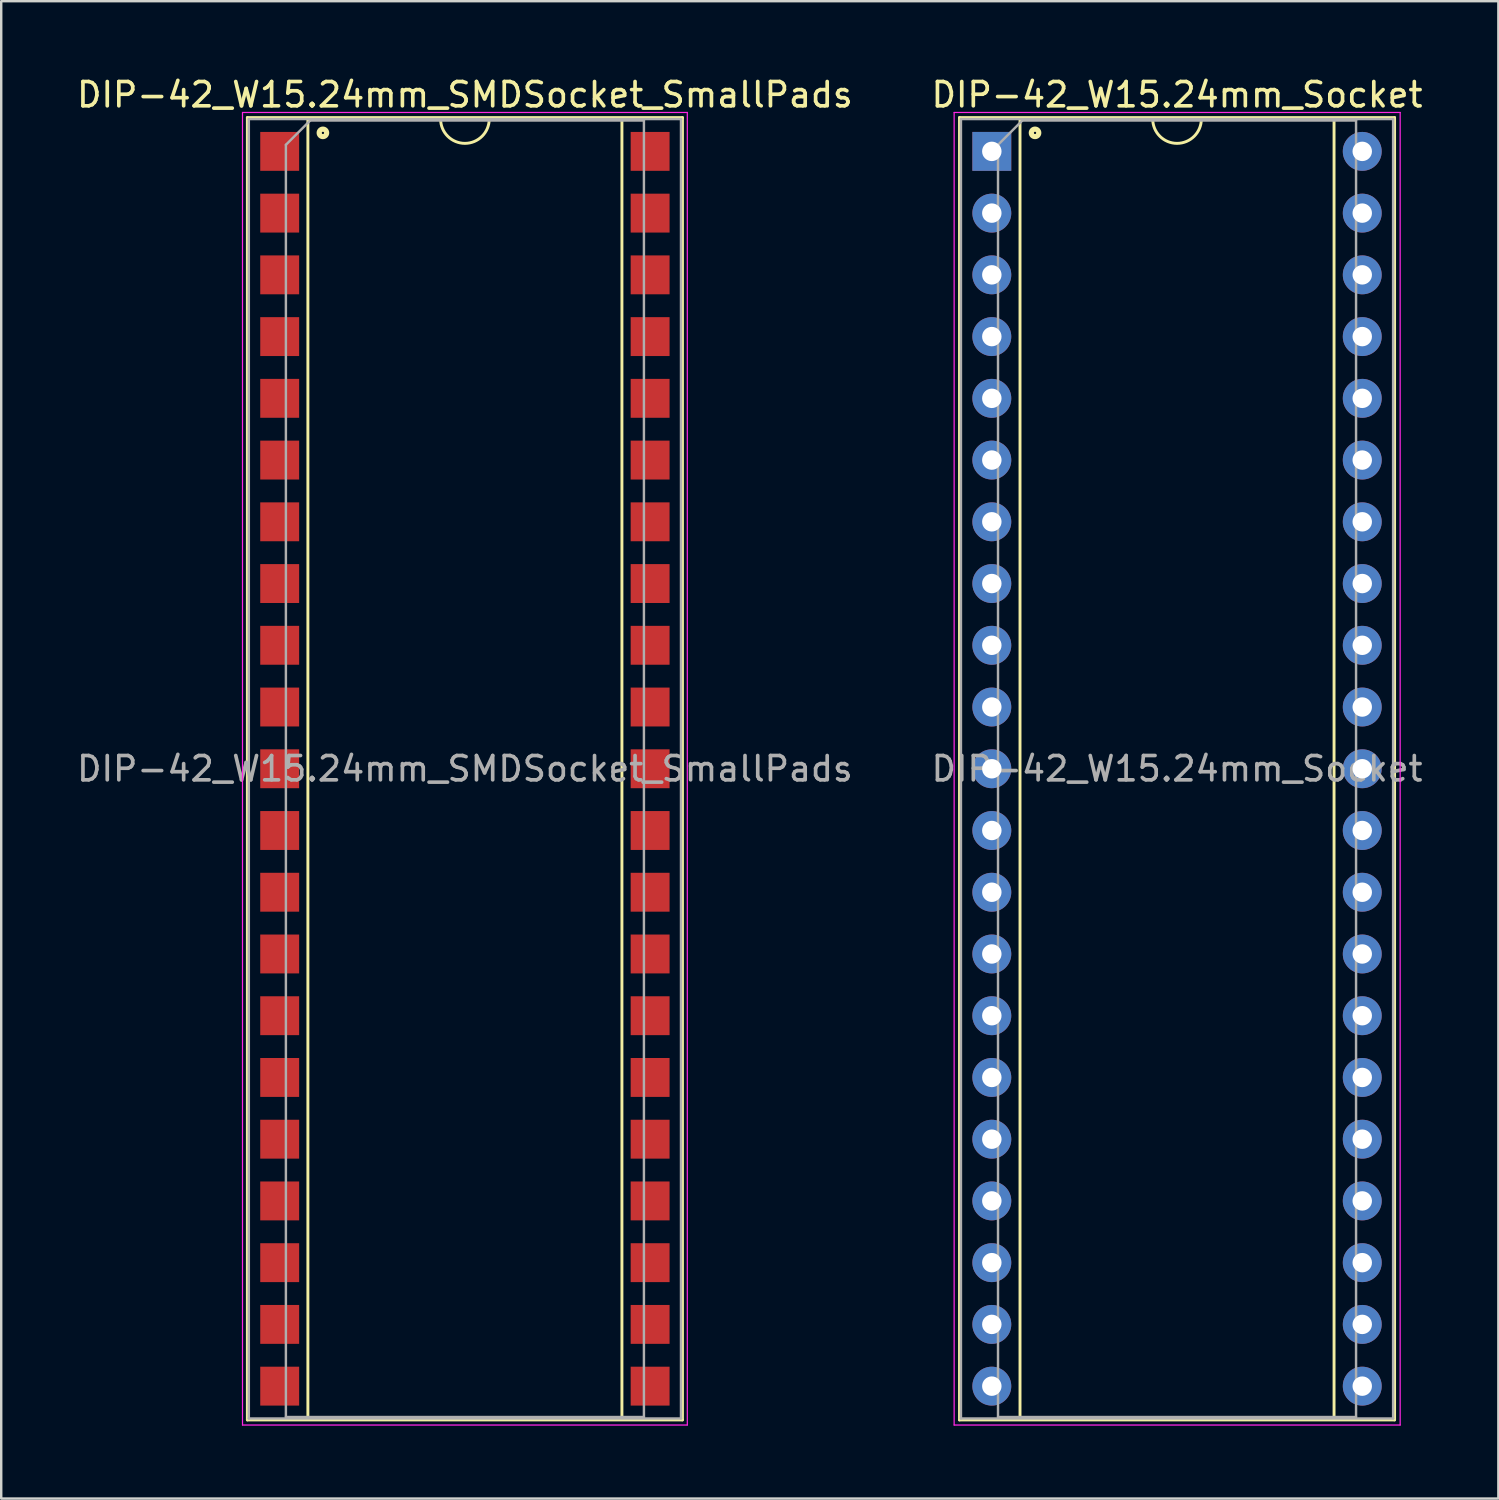
<source format=kicad_pcb>
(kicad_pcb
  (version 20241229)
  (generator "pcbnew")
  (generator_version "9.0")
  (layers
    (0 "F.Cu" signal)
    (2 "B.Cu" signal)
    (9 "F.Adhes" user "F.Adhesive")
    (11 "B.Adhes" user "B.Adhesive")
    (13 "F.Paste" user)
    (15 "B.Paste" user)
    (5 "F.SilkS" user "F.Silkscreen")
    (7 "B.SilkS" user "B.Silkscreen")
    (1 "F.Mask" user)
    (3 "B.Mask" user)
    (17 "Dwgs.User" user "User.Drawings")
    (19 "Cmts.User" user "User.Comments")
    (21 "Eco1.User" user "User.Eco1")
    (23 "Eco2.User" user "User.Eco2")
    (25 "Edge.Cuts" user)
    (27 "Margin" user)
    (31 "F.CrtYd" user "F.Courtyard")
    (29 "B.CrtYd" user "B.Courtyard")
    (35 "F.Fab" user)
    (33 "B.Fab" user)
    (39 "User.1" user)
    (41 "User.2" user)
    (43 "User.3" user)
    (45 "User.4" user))
  (footprint "DIP-42_W15.24mm_Socket"
    (layer "F.Cu")
    (at 37.755 3.178)
    (property "Reference" "DIP-42_W15.24mm_Socket" (at 7.62 -2.33 0) (layer "F.SilkS") (effects (font (size 1 1) (thickness 0.15))))
    (attr through_hole)
    (fp_line (start -1.33 -1.39) (end -1.33 52.19) (stroke (width 0.12) (type solid)) (layer "F.SilkS"))
    (fp_line (start -1.33 52.19) (end 16.57 52.19) (stroke (width 0.12) (type solid)) (layer "F.SilkS"))
    (fp_line (start 1.16 -1.33) (end 1.16 52.13) (stroke (width 0.12) (type solid)) (layer "F.SilkS"))
    (fp_line (start 1.16 52.13) (end 14.08 52.13) (stroke (width 0.12) (type solid)) (layer "F.SilkS"))
    (fp_line (start 6.62 -1.33) (end 1.16 -1.33) (stroke (width 0.12) (type solid)) (layer "F.SilkS"))
    (fp_line (start 14.08 -1.33) (end 8.62 -1.33) (stroke (width 0.12) (type solid)) (layer "F.SilkS"))
    (fp_line (start 14.08 52.13) (end 14.08 -1.33) (stroke (width 0.12) (type solid)) (layer "F.SilkS"))
    (fp_line (start 16.57 -1.39) (end -1.33 -1.39) (stroke (width 0.12) (type solid)) (layer "F.SilkS"))
    (fp_line (start 16.57 52.19) (end 16.57 -1.39) (stroke (width 0.12) (type solid)) (layer "F.SilkS"))
    (fp_arc (start 8.62 -1.33) (mid 7.62 -0.33) (end 6.62 -1.33) (stroke (width 0.12) (type solid)) (layer "F.SilkS"))
    (fp_circle (center 1.778 -0.762) (end 1.828 -0.762) (stroke (width 0.12) (type solid)) (fill no) (layer "F.SilkS"))
    (fp_circle (center 1.778 -0.762) (end 1.903 -0.762) (stroke (width 0.12) (type solid)) (fill no) (layer "F.SilkS"))
    (fp_circle (center 1.778 -0.762) (end 1.978 -0.762) (stroke (width 0.12) (type solid)) (fill no) (layer "F.SilkS"))
    (fp_line (start -1.55 -1.6) (end -1.55 52.4) (stroke (width 0.05) (type solid)) (layer "F.CrtYd"))
    (fp_line (start -1.55 52.4) (end 16.8 52.4) (stroke (width 0.05) (type solid)) (layer "F.CrtYd"))
    (fp_line (start 16.8 -1.6) (end -1.55 -1.6) (stroke (width 0.05) (type solid)) (layer "F.CrtYd"))
    (fp_line (start 16.8 52.4) (end 16.8 -1.6) (stroke (width 0.05) (type solid)) (layer "F.CrtYd"))
    (fp_line (start -1.27 -1.33) (end -1.27 52.13) (stroke (width 0.1) (type solid)) (layer "F.Fab"))
    (fp_line (start -1.27 52.13) (end 16.51 52.13) (stroke (width 0.1) (type solid)) (layer "F.Fab"))
    (fp_line (start 0.255 -0.27) (end 1.255 -1.27) (stroke (width 0.1) (type solid)) (layer "F.Fab"))
    (fp_line (start 0.255 52.07) (end 0.255 -0.27) (stroke (width 0.1) (type solid)) (layer "F.Fab"))
    (fp_line (start 1.255 -1.27) (end 14.985 -1.27) (stroke (width 0.1) (type solid)) (layer "F.Fab"))
    (fp_line (start 14.985 -1.27) (end 14.985 52.07) (stroke (width 0.1) (type solid)) (layer "F.Fab"))
    (fp_line (start 14.985 52.07) (end 0.255 52.07) (stroke (width 0.1) (type solid)) (layer "F.Fab"))
    (fp_line (start 16.51 -1.33) (end -1.27 -1.33) (stroke (width 0.1) (type solid)) (layer "F.Fab"))
    (fp_line (start 16.51 52.13) (end 16.51 -1.33) (stroke (width 0.1) (type solid)) (layer "F.Fab"))
    (fp_text user "${REFERENCE}" (at 7.62 25.4 0) (layer "F.Fab") (effects (font (size 1 1) (thickness 0.15))))
    (pad "1" thru_hole rect (at 0 0) (size 1.6 1.6) (drill 0.8) (layers "*.Cu" "*.Mask"))
    (pad "2" thru_hole oval (at 0 2.54) (size 1.6 1.6) (drill 0.8) (layers "*.Cu" "*.Mask"))
    (pad "3" thru_hole oval (at 0 5.08) (size 1.6 1.6) (drill 0.8) (layers "*.Cu" "*.Mask"))
    (pad "4" thru_hole oval (at 0 7.62) (size 1.6 1.6) (drill 0.8) (layers "*.Cu" "*.Mask"))
    (pad "5" thru_hole oval (at 0 10.16) (size 1.6 1.6) (drill 0.8) (layers "*.Cu" "*.Mask"))
    (pad "6" thru_hole oval (at 0 12.7) (size 1.6 1.6) (drill 0.8) (layers "*.Cu" "*.Mask"))
    (pad "7" thru_hole oval (at 0 15.24) (size 1.6 1.6) (drill 0.8) (layers "*.Cu" "*.Mask"))
    (pad "8" thru_hole oval (at 0 17.78) (size 1.6 1.6) (drill 0.8) (layers "*.Cu" "*.Mask"))
    (pad "9" thru_hole oval (at 0 20.32) (size 1.6 1.6) (drill 0.8) (layers "*.Cu" "*.Mask"))
    (pad "10" thru_hole oval (at 0 22.86) (size 1.6 1.6) (drill 0.8) (layers "*.Cu" "*.Mask"))
    (pad "11" thru_hole oval (at 0 25.4) (size 1.6 1.6) (drill 0.8) (layers "*.Cu" "*.Mask"))
    (pad "12" thru_hole oval (at 0 27.94) (size 1.6 1.6) (drill 0.8) (layers "*.Cu" "*.Mask"))
    (pad "13" thru_hole oval (at 0 30.48) (size 1.6 1.6) (drill 0.8) (layers "*.Cu" "*.Mask"))
    (pad "14" thru_hole oval (at 0 33.02) (size 1.6 1.6) (drill 0.8) (layers "*.Cu" "*.Mask"))
    (pad "15" thru_hole oval (at 0 35.56) (size 1.6 1.6) (drill 0.8) (layers "*.Cu" "*.Mask"))
    (pad "16" thru_hole oval (at 0 38.1) (size 1.6 1.6) (drill 0.8) (layers "*.Cu" "*.Mask"))
    (pad "17" thru_hole oval (at 0 40.64) (size 1.6 1.6) (drill 0.8) (layers "*.Cu" "*.Mask"))
    (pad "18" thru_hole oval (at 0 43.18) (size 1.6 1.6) (drill 0.8) (layers "*.Cu" "*.Mask"))
    (pad "19" thru_hole oval (at 0 45.72) (size 1.6 1.6) (drill 0.8) (layers "*.Cu" "*.Mask"))
    (pad "20" thru_hole oval (at 0 48.26) (size 1.6 1.6) (drill 0.8) (layers "*.Cu" "*.Mask"))
    (pad "21" thru_hole oval (at 0 50.8) (size 1.6 1.6) (drill 0.8) (layers "*.Cu" "*.Mask"))
    (pad "22" thru_hole oval (at 15.24 50.8) (size 1.6 1.6) (drill 0.8) (layers "*.Cu" "*.Mask"))
    (pad "23" thru_hole oval (at 15.24 48.26) (size 1.6 1.6) (drill 0.8) (layers "*.Cu" "*.Mask"))
    (pad "24" thru_hole oval (at 15.24 45.72) (size 1.6 1.6) (drill 0.8) (layers "*.Cu" "*.Mask"))
    (pad "25" thru_hole oval (at 15.24 43.18) (size 1.6 1.6) (drill 0.8) (layers "*.Cu" "*.Mask"))
    (pad "26" thru_hole oval (at 15.24 40.64) (size 1.6 1.6) (drill 0.8) (layers "*.Cu" "*.Mask"))
    (pad "27" thru_hole oval (at 15.24 38.1) (size 1.6 1.6) (drill 0.8) (layers "*.Cu" "*.Mask"))
    (pad "28" thru_hole oval (at 15.24 35.56) (size 1.6 1.6) (drill 0.8) (layers "*.Cu" "*.Mask"))
    (pad "29" thru_hole oval (at 15.24 33.02) (size 1.6 1.6) (drill 0.8) (layers "*.Cu" "*.Mask"))
    (pad "30" thru_hole oval (at 15.24 30.48) (size 1.6 1.6) (drill 0.8) (layers "*.Cu" "*.Mask"))
    (pad "31" thru_hole oval (at 15.24 27.94) (size 1.6 1.6) (drill 0.8) (layers "*.Cu" "*.Mask"))
    (pad "32" thru_hole oval (at 15.24 25.4) (size 1.6 1.6) (drill 0.8) (layers "*.Cu" "*.Mask"))
    (pad "33" thru_hole oval (at 15.24 22.86) (size 1.6 1.6) (drill 0.8) (layers "*.Cu" "*.Mask"))
    (pad "34" thru_hole oval (at 15.24 20.32) (size 1.6 1.6) (drill 0.8) (layers "*.Cu" "*.Mask"))
    (pad "35" thru_hole oval (at 15.24 17.78) (size 1.6 1.6) (drill 0.8) (layers "*.Cu" "*.Mask"))
    (pad "36" thru_hole oval (at 15.24 15.24) (size 1.6 1.6) (drill 0.8) (layers "*.Cu" "*.Mask"))
    (pad "37" thru_hole oval (at 15.24 12.7) (size 1.6 1.6) (drill 0.8) (layers "*.Cu" "*.Mask"))
    (pad "38" thru_hole oval (at 15.24 10.16) (size 1.6 1.6) (drill 0.8) (layers "*.Cu" "*.Mask"))
    (pad "39" thru_hole oval (at 15.24 7.62) (size 1.6 1.6) (drill 0.8) (layers "*.Cu" "*.Mask"))
    (pad "40" thru_hole oval (at 15.24 5.08) (size 1.6 1.6) (drill 0.8) (layers "*.Cu" "*.Mask"))
    (pad "41" thru_hole oval (at 15.24 2.54) (size 1.6 1.6) (drill 0.8) (layers "*.Cu" "*.Mask"))
    (pad "42" thru_hole oval (at 15.24 0) (size 1.6 1.6) (drill 0.8) (layers "*.Cu" "*.Mask")))
  (footprint "DIP-42_W15.24mm_SMDSocket_SmallPads"
    (layer "F.Cu")
    (at 16.077 28.578)
    (property "Reference" "DIP-42_W15.24mm_SMDSocket_SmallPads" (at 0 -27.73 0) (layer "F.SilkS") (effects (font (size 1 1) (thickness 0.15))))
    (attr smd)
    (fp_line (start -8.95 -26.79) (end -8.95 26.79) (stroke (width 0.12) (type solid)) (layer "F.SilkS"))
    (fp_line (start -8.95 26.79) (end 8.95 26.79) (stroke (width 0.12) (type solid)) (layer "F.SilkS"))
    (fp_line (start -6.46 -26.73) (end -6.46 26.73) (stroke (width 0.12) (type solid)) (layer "F.SilkS"))
    (fp_line (start -6.46 26.73) (end 6.46 26.73) (stroke (width 0.12) (type solid)) (layer "F.SilkS"))
    (fp_line (start -1 -26.73) (end -6.46 -26.73) (stroke (width 0.12) (type solid)) (layer "F.SilkS"))
    (fp_line (start 6.46 -26.73) (end 1 -26.73) (stroke (width 0.12) (type solid)) (layer "F.SilkS"))
    (fp_line (start 6.46 26.73) (end 6.46 -26.73) (stroke (width 0.12) (type solid)) (layer "F.SilkS"))
    (fp_line (start 8.95 -26.79) (end -8.95 -26.79) (stroke (width 0.12) (type solid)) (layer "F.SilkS"))
    (fp_line (start 8.95 26.79) (end 8.95 -26.79) (stroke (width 0.12) (type solid)) (layer "F.SilkS"))
    (fp_arc (start 1 -26.73) (mid 0 -25.73) (end -1 -26.73) (stroke (width 0.12) (type solid)) (layer "F.SilkS"))
    (fp_circle (center -5.842 -26.162) (end -5.792 -26.162) (stroke (width 0.12) (type solid)) (fill no) (layer "F.SilkS"))
    (fp_circle (center -5.842 -26.162) (end -5.717 -26.162) (stroke (width 0.12) (type solid)) (fill no) (layer "F.SilkS"))
    (fp_circle (center -5.842 -26.162) (end -5.642 -26.162) (stroke (width 0.12) (type solid)) (fill no) (layer "F.SilkS"))
    (fp_line (start -9.15 -27) (end -9.15 27) (stroke (width 0.05) (type solid)) (layer "F.CrtYd"))
    (fp_line (start -9.15 27) (end 9.15 27) (stroke (width 0.05) (type solid)) (layer "F.CrtYd"))
    (fp_line (start 9.15 -27) (end -9.15 -27) (stroke (width 0.05) (type solid)) (layer "F.CrtYd"))
    (fp_line (start 9.15 27) (end 9.15 -27) (stroke (width 0.05) (type solid)) (layer "F.CrtYd"))
    (fp_line (start -8.89 -26.73) (end -8.89 26.73) (stroke (width 0.1) (type solid)) (layer "F.Fab"))
    (fp_line (start -8.89 26.73) (end 8.89 26.73) (stroke (width 0.1) (type solid)) (layer "F.Fab"))
    (fp_line (start -7.365 -25.67) (end -6.365 -26.67) (stroke (width 0.1) (type solid)) (layer "F.Fab"))
    (fp_line (start -7.365 26.67) (end -7.365 -25.67) (stroke (width 0.1) (type solid)) (layer "F.Fab"))
    (fp_line (start -6.365 -26.67) (end 7.365 -26.67) (stroke (width 0.1) (type solid)) (layer "F.Fab"))
    (fp_line (start 7.365 -26.67) (end 7.365 26.67) (stroke (width 0.1) (type solid)) (layer "F.Fab"))
    (fp_line (start 7.365 26.67) (end -7.365 26.67) (stroke (width 0.1) (type solid)) (layer "F.Fab"))
    (fp_line (start 8.89 -26.73) (end -8.89 -26.73) (stroke (width 0.1) (type solid)) (layer "F.Fab"))
    (fp_line (start 8.89 26.73) (end 8.89 -26.73) (stroke (width 0.1) (type solid)) (layer "F.Fab"))
    (fp_text user "${REFERENCE}" (at 0 0 0) (layer "F.Fab") (effects (font (size 1 1) (thickness 0.15))))
    (pad "1" smd rect (at -7.62 -25.4) (size 1.6 1.6) (layers "F.Cu" "F.Mask" "F.Paste"))
    (pad "2" smd rect (at -7.62 -22.86) (size 1.6 1.6) (layers "F.Cu" "F.Mask" "F.Paste"))
    (pad "3" smd rect (at -7.62 -20.32) (size 1.6 1.6) (layers "F.Cu" "F.Mask" "F.Paste"))
    (pad "4" smd rect (at -7.62 -17.78) (size 1.6 1.6) (layers "F.Cu" "F.Mask" "F.Paste"))
    (pad "5" smd rect (at -7.62 -15.24) (size 1.6 1.6) (layers "F.Cu" "F.Mask" "F.Paste"))
    (pad "6" smd rect (at -7.62 -12.7) (size 1.6 1.6) (layers "F.Cu" "F.Mask" "F.Paste"))
    (pad "7" smd rect (at -7.62 -10.16) (size 1.6 1.6) (layers "F.Cu" "F.Mask" "F.Paste"))
    (pad "8" smd rect (at -7.62 -7.62) (size 1.6 1.6) (layers "F.Cu" "F.Mask" "F.Paste"))
    (pad "9" smd rect (at -7.62 -5.08) (size 1.6 1.6) (layers "F.Cu" "F.Mask" "F.Paste"))
    (pad "10" smd rect (at -7.62 -2.54) (size 1.6 1.6) (layers "F.Cu" "F.Mask" "F.Paste"))
    (pad "11" smd rect (at -7.62 0) (size 1.6 1.6) (layers "F.Cu" "F.Mask" "F.Paste"))
    (pad "12" smd rect (at -7.62 2.54) (size 1.6 1.6) (layers "F.Cu" "F.Mask" "F.Paste"))
    (pad "13" smd rect (at -7.62 5.08) (size 1.6 1.6) (layers "F.Cu" "F.Mask" "F.Paste"))
    (pad "14" smd rect (at -7.62 7.62) (size 1.6 1.6) (layers "F.Cu" "F.Mask" "F.Paste"))
    (pad "15" smd rect (at -7.62 10.16) (size 1.6 1.6) (layers "F.Cu" "F.Mask" "F.Paste"))
    (pad "16" smd rect (at -7.62 12.7) (size 1.6 1.6) (layers "F.Cu" "F.Mask" "F.Paste"))
    (pad "17" smd rect (at -7.62 15.24) (size 1.6 1.6) (layers "F.Cu" "F.Mask" "F.Paste"))
    (pad "18" smd rect (at -7.62 17.78) (size 1.6 1.6) (layers "F.Cu" "F.Mask" "F.Paste"))
    (pad "19" smd rect (at -7.62 20.32) (size 1.6 1.6) (layers "F.Cu" "F.Mask" "F.Paste"))
    (pad "20" smd rect (at -7.62 22.86) (size 1.6 1.6) (layers "F.Cu" "F.Mask" "F.Paste"))
    (pad "21" smd rect (at -7.62 25.4) (size 1.6 1.6) (layers "F.Cu" "F.Mask" "F.Paste"))
    (pad "22" smd rect (at 7.62 25.4) (size 1.6 1.6) (layers "F.Cu" "F.Mask" "F.Paste"))
    (pad "23" smd rect (at 7.62 22.86) (size 1.6 1.6) (layers "F.Cu" "F.Mask" "F.Paste"))
    (pad "24" smd rect (at 7.62 20.32) (size 1.6 1.6) (layers "F.Cu" "F.Mask" "F.Paste"))
    (pad "25" smd rect (at 7.62 17.78) (size 1.6 1.6) (layers "F.Cu" "F.Mask" "F.Paste"))
    (pad "26" smd rect (at 7.62 15.24) (size 1.6 1.6) (layers "F.Cu" "F.Mask" "F.Paste"))
    (pad "27" smd rect (at 7.62 12.7) (size 1.6 1.6) (layers "F.Cu" "F.Mask" "F.Paste"))
    (pad "28" smd rect (at 7.62 10.16) (size 1.6 1.6) (layers "F.Cu" "F.Mask" "F.Paste"))
    (pad "29" smd rect (at 7.62 7.62) (size 1.6 1.6) (layers "F.Cu" "F.Mask" "F.Paste"))
    (pad "30" smd rect (at 7.62 5.08) (size 1.6 1.6) (layers "F.Cu" "F.Mask" "F.Paste"))
    (pad "31" smd rect (at 7.62 2.54) (size 1.6 1.6) (layers "F.Cu" "F.Mask" "F.Paste"))
    (pad "32" smd rect (at 7.62 0) (size 1.6 1.6) (layers "F.Cu" "F.Mask" "F.Paste"))
    (pad "33" smd rect (at 7.62 -2.54) (size 1.6 1.6) (layers "F.Cu" "F.Mask" "F.Paste"))
    (pad "34" smd rect (at 7.62 -5.08) (size 1.6 1.6) (layers "F.Cu" "F.Mask" "F.Paste"))
    (pad "35" smd rect (at 7.62 -7.62) (size 1.6 1.6) (layers "F.Cu" "F.Mask" "F.Paste"))
    (pad "36" smd rect (at 7.62 -10.16) (size 1.6 1.6) (layers "F.Cu" "F.Mask" "F.Paste"))
    (pad "37" smd rect (at 7.62 -12.7) (size 1.6 1.6) (layers "F.Cu" "F.Mask" "F.Paste"))
    (pad "38" smd rect (at 7.62 -15.24) (size 1.6 1.6) (layers "F.Cu" "F.Mask" "F.Paste"))
    (pad "39" smd rect (at 7.62 -17.78) (size 1.6 1.6) (layers "F.Cu" "F.Mask" "F.Paste"))
    (pad "40" smd rect (at 7.62 -20.32) (size 1.6 1.6) (layers "F.Cu" "F.Mask" "F.Paste"))
    (pad "41" smd rect (at 7.62 -22.86) (size 1.6 1.6) (layers "F.Cu" "F.Mask" "F.Paste"))
    (pad "42" smd rect (at 7.62 -25.4) (size 1.6 1.6) (layers "F.Cu" "F.Mask" "F.Paste")))
  (gr_rect
    (start -3 -3)
    (end 58.595 58.603)
    (stroke (width 0.1) (type default))
    (fill no)
    (layer "Edge.Cuts")))
</source>
